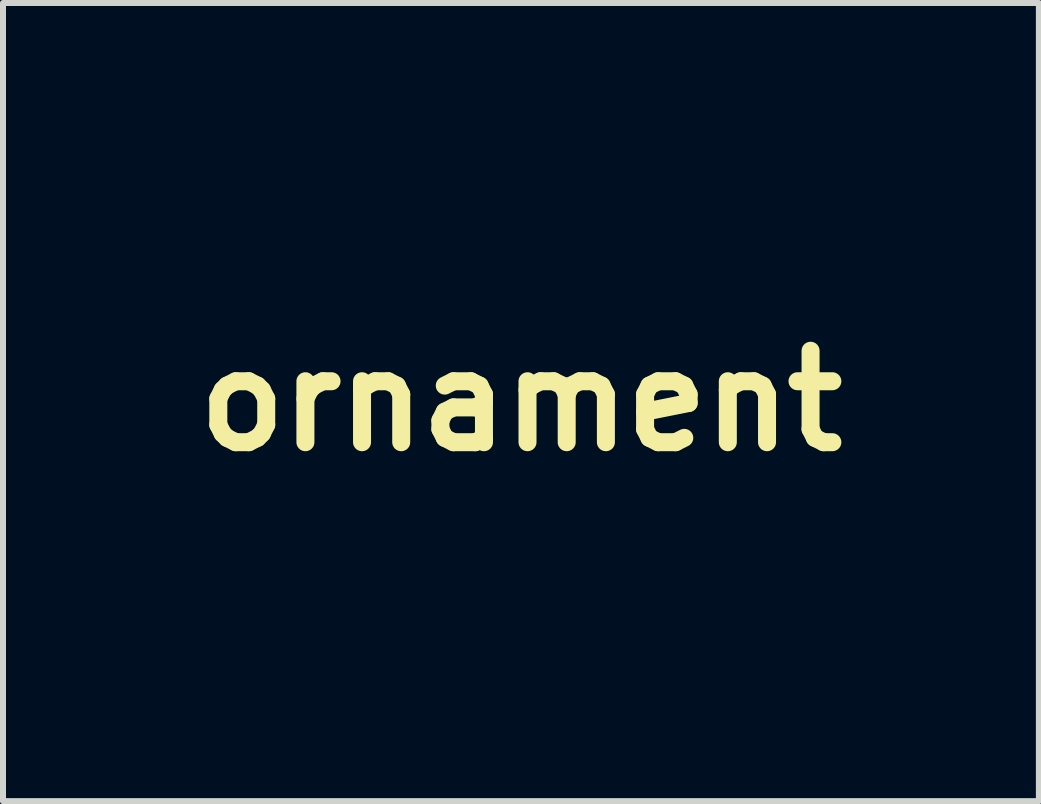
<source format=kicad_pcb>
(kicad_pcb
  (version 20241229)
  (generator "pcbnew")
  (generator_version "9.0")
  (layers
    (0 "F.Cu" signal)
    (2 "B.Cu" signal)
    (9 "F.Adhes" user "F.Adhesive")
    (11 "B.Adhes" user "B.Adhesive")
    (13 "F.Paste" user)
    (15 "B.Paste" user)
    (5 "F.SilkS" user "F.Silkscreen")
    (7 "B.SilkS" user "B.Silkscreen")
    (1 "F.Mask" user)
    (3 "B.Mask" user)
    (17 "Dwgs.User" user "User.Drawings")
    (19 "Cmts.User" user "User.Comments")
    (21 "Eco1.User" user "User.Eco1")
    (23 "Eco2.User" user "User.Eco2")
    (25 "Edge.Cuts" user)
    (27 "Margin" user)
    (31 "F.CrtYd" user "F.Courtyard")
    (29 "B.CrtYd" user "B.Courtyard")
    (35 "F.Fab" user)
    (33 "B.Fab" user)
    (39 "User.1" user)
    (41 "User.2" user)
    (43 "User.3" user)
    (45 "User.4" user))
  (footprint "ornament"
    (layer "F.Cu")
    (at 5.632 3.63)
    (property "Reference" "ornament" (at 0 0 0) (layer "F.SilkS") (effects (font (size 1.524 1.524) (thickness 0.3))))
    (attr through_hole)
    (fp_poly (pts (xy 0.212 -3.568) (xy 0.314 -3.46) (xy 0.349 -3.365) (xy 0.344 -3.254) (xy 0.304 -3.127) (xy 0.295 -3.11) (xy 0.25 -3.015) (xy 0.246 -2.974) (xy 0.287 -2.964) (xy 0.316 -2.963) (xy 0.442 -2.925) (xy 0.549 -2.823) (xy 0.618 -2.681) (xy 0.635 -2.564) (xy 0.625 -2.443) (xy 0.6 -2.356) (xy 0.59 -2.343) (xy 0.595 -2.31) (xy 0.669 -2.268) (xy 0.819 -2.213) (xy 0.897 -2.187) (xy 1.305 -2.028) (xy 1.67 -1.817) (xy 2.012 -1.54) (xy 2.116 -1.439) (xy 2.422 -1.092) (xy 2.658 -0.725) (xy 2.838 -0.315) (xy 2.867 -0.233) (xy 2.914 -0.081) (xy 2.946 0.053) (xy 2.966 0.193) (xy 2.976 0.363) (xy 2.979 0.586) (xy 2.979 0.677) (xy 2.978 0.923) (xy 2.97 1.108) (xy 2.954 1.256) (xy 2.927 1.389) (xy 2.885 1.533) (xy 2.867 1.587) (xy 2.695 2.008) (xy 2.47 2.381) (xy 2.179 2.73) (xy 2.116 2.794) (xy 1.742 3.12) (xy 1.348 3.366) (xy 0.924 3.537) (xy 0.461 3.637) (xy 0.106 3.666) (xy -0.227 3.666) (xy -0.499 3.644) (xy -0.614 3.623) (xy -1.11 3.467) (xy -1.56 3.242) (xy -1.961 2.951) (xy -2.307 2.599) (xy -2.594 2.191) (xy -2.702 1.966) (xy -2.488 1.966) (xy -2.48 2.013) (xy -2.427 2.108) (xy -2.341 2.235) (xy -2.234 2.378) (xy -2.116 2.522) (xy -1.999 2.651) (xy -1.965 2.687) (xy -1.597 2.99) (xy -1.188 3.224) (xy -0.747 3.386) (xy -0.285 3.472) (xy 0.19 3.48) (xy 0.666 3.408) (xy 0.686 3.403) (xy 1.143 3.248) (xy 1.559 3.019) (xy 1.93 2.719) (xy 1.981 2.668) (xy 2.09 2.549) (xy 2.207 2.407) (xy 2.319 2.26) (xy 2.414 2.126) (xy 2.478 2.023) (xy 2.498 1.971) (xy 2.465 1.977) (xy 2.379 2.018) (xy 2.275 2.076) (xy 2.114 2.171) (xy 1.998 2.23) (xy 1.905 2.253) (xy 1.813 2.238) (xy 1.699 2.186) (xy 1.54 2.096) (xy 1.469 2.055) (xy 1.297 1.957) (xy 1.149 1.874) (xy 1.041 1.816) (xy 0.995 1.794) (xy 0.936 1.804) (xy 0.821 1.851) (xy 0.665 1.926) (xy 0.484 2.022) (xy 0.466 2.032) (xy -0.000041 2.294) (xy -0.441 2.036) (xy -0.616 1.936) (xy -0.767 1.854) (xy -0.877 1.798) (xy -0.93 1.778) (xy -0.93 1.778) (xy -0.985 1.798) (xy -1.094 1.854) (xy -1.242 1.935) (xy -1.373 2.01) (xy -1.54 2.108) (xy -1.685 2.19) (xy -1.788 2.246) (xy -1.828 2.266) (xy -1.892 2.257) (xy -2.005 2.211) (xy -2.146 2.139) (xy -2.181 2.119) (xy -2.318 2.042) (xy -2.425 1.988) (xy -2.483 1.965) (xy -2.488 1.966) (xy -2.702 1.966) (xy -2.816 1.731) (xy -2.868 1.587) (xy -2.915 1.437) (xy -2.947 1.305) (xy -2.967 1.168) (xy -2.977 1.002) (xy -2.979 0.847) (xy -2.806 0.847) (xy -2.782 1.069) (xy -2.752 1.288) (xy -2.709 1.449) (xy -2.637 1.573) (xy -2.523 1.682) (xy -2.353 1.796) (xy -2.265 1.849) (xy -2.107 1.941) (xy -1.979 2.015) (xy -1.898 2.062) (xy -1.876 2.074) (xy -1.838 2.054) (xy -1.742 1.999) (xy -1.6 1.918) (xy -1.428 1.817) (xy -1.401 1.801) (xy -0.934 1.529) (xy -0.465 1.801) (xy 0.005 2.074) (xy 0.457 1.813) (xy 0.634 1.713) (xy 0.785 1.631) (xy 0.896 1.575) (xy 0.951 1.554) (xy 0.952 1.554) (xy 1.003 1.574) (xy 1.112 1.63) (xy 1.262 1.711) (xy 1.437 1.811) (xy 1.439 1.812) (xy 1.884 2.07) (xy 2.155 1.918) (xy 2.309 1.832) (xy 2.448 1.753) (xy 2.544 1.699) (xy 2.619 1.638) (xy 2.674 1.542) (xy 2.723 1.388) (xy 2.728 1.368) (xy 2.763 1.206) (xy 2.787 1.058) (xy 2.794 0.976) (xy 2.794 0.847) (xy -2.806 0.847) (xy -2.979 0.847) (xy -2.98 0.785) (xy -2.98 0.677) (xy -2.98 0.635) (xy -2.82 0.635) (xy 2.82 0.635) (xy 2.789 0.348) (xy 2.765 0.189) (xy 2.725 0.005) (xy 2.676 -0.18) (xy 2.625 -0.345) (xy 2.577 -0.467) (xy 2.547 -0.517) (xy 2.502 -0.508) (xy 2.401 -0.462) (xy 2.263 -0.385) (xy 2.148 -0.316) (xy 1.99 -0.219) (xy 1.856 -0.142) (xy 1.764 -0.095) (xy 1.734 -0.085) (xy 1.683 -0.106) (xy 1.577 -0.164) (xy 1.432 -0.25) (xy 1.288 -0.339) (xy 1.126 -0.44) (xy 0.991 -0.522) (xy 0.9 -0.576) (xy 0.868 -0.593) (xy 0.828 -0.571) (xy 0.731 -0.514) (xy 0.593 -0.429) (xy 0.448 -0.339) (xy 0.283 -0.237) (xy 0.142 -0.154) (xy 0.041 -0.101) (xy 0 -0.085) (xy -0.052 -0.106) (xy -0.159 -0.164) (xy -0.304 -0.25) (xy -0.448 -0.339) (xy -0.61 -0.44) (xy -0.744 -0.522) (xy -0.835 -0.576) (xy -0.868 -0.593) (xy -0.908 -0.571) (xy -1.005 -0.514) (xy -1.143 -0.429) (xy -1.288 -0.339) (xy -1.454 -0.237) (xy -1.597 -0.155) (xy -1.701 -0.101) (xy -1.745 -0.086) (xy -1.802 -0.108) (xy -1.911 -0.167) (xy -2.055 -0.253) (xy -2.158 -0.318) (xy -2.311 -0.412) (xy -2.438 -0.481) (xy -2.522 -0.517) (xy -2.546 -0.518) (xy -2.587 -0.444) (xy -2.637 -0.309) (xy -2.688 -0.137) (xy -2.736 0.051) (xy -2.773 0.231) (xy -2.789 0.348) (xy -2.82 0.635) (xy -2.98 0.635) (xy -2.978 0.43) (xy -2.97 0.244) (xy -2.953 0.095) (xy -2.925 -0.04) (xy -2.882 -0.185) (xy -2.866 -0.233) (xy -2.695 -0.653) (xy -2.657 -0.715) (xy -2.413 -0.715) (xy -2.411 -0.708) (xy -2.361 -0.674) (xy -2.262 -0.611) (xy -2.136 -0.532) (xy -2 -0.45) (xy -1.876 -0.375) (xy -1.783 -0.32) (xy -1.741 -0.297) (xy -1.74 -0.297) (xy -1.7 -0.318) (xy -1.602 -0.374) (xy -1.463 -0.458) (xy -1.312 -0.55) (xy -1.146 -0.651) (xy -1.006 -0.733) (xy -0.908 -0.787) (xy -0.868 -0.804) (xy -0.821 -0.783) (xy -0.717 -0.726) (xy -0.573 -0.642) (xy -0.417 -0.547) (xy 0 -0.289) (xy 0.417 -0.547) (xy 0.585 -0.648) (xy 0.726 -0.731) (xy 0.826 -0.786) (xy 0.868 -0.804) (xy 0.915 -0.783) (xy 1.018 -0.726) (xy 1.162 -0.641) (xy 1.321 -0.545) (xy 1.74 -0.286) (xy 1.96 -0.425) (xy 2.1 -0.512) (xy 2.23 -0.592) (xy 2.296 -0.631) (xy 2.376 -0.687) (xy 2.404 -0.744) (xy 2.38 -0.823) (xy 2.303 -0.944) (xy 2.279 -0.977) (xy 1.969 -1.336) (xy 1.611 -1.631) (xy 1.214 -1.86) (xy 0.788 -2.021) (xy 0.343 -2.112) (xy -0.114 -2.131) (xy -0.571 -2.077) (xy -1.02 -1.947) (xy -1.452 -1.739) (xy -1.467 -1.73) (xy -1.633 -1.616) (xy -1.818 -1.462) (xy -2.003 -1.288) (xy -2.17 -1.113) (xy -2.298 -0.955) (xy -2.349 -0.875) (xy -2.395 -0.777) (xy -2.413 -0.715) (xy -2.657 -0.715) (xy -2.471 -1.025) (xy -2.18 -1.374) (xy -2.116 -1.439) (xy -1.776 -1.74) (xy -1.421 -1.97) (xy -1.029 -2.143) (xy -0.897 -2.187) (xy -0.717 -2.248) (xy -0.615 -2.295) (xy -0.584 -2.331) (xy -0.59 -2.343) (xy -0.618 -2.411) (xy -0.634 -2.525) (xy -0.635 -2.564) (xy -0.625 -2.616) (xy -0.457 -2.616) (xy -0.444 -2.5) (xy -0.381 -2.413) (xy -0.316 -2.366) (xy -0.226 -2.34) (xy -0.086 -2.329) (xy 0 -2.328) (xy 0.17 -2.333) (xy 0.28 -2.352) (xy 0.354 -2.389) (xy 0.381 -2.413) (xy 0.456 -2.528) (xy 0.446 -2.642) (xy 0.396 -2.717) (xy 0.309 -2.762) (xy 0.168 -2.79) (xy -0.001 -2.8) (xy -0.17 -2.791) (xy -0.31 -2.763) (xy -0.388 -2.724) (xy -0.457 -2.616) (xy -0.625 -2.616) (xy -0.604 -2.722) (xy -0.523 -2.855) (xy -0.41 -2.942) (xy -0.316 -2.963) (xy -0.257 -2.967) (xy -0.243 -2.993) (xy -0.272 -3.064) (xy -0.295 -3.11) (xy -0.349 -3.284) (xy -0.348 -3.289) (xy -0.154 -3.289) (xy -0.123 -3.199) (xy -0.048 -3.14) (xy 0 -3.133) (xy 0.089 -3.163) (xy 0.125 -3.194) (xy 0.16 -3.288) (xy 0.131 -3.379) (xy 0.058 -3.442) (xy -0.041 -3.451) (xy -0.062 -3.445) (xy -0.136 -3.381) (xy -0.154 -3.289) (xy -0.348 -3.289) (xy -0.322 -3.436) (xy -0.222 -3.557) (xy -0.079 -3.624) (xy 0.074 -3.625) (xy 0.212 -3.568)) (stroke (width 0.01) (type solid)) (fill no) (layer "Eco2.User")))
  (gr_rect
    (start -3 -3)
    (end 14.263 10.301)
    (stroke (width 0.1) (type default))
    (fill no)
    (layer "Edge.Cuts")))
</source>
